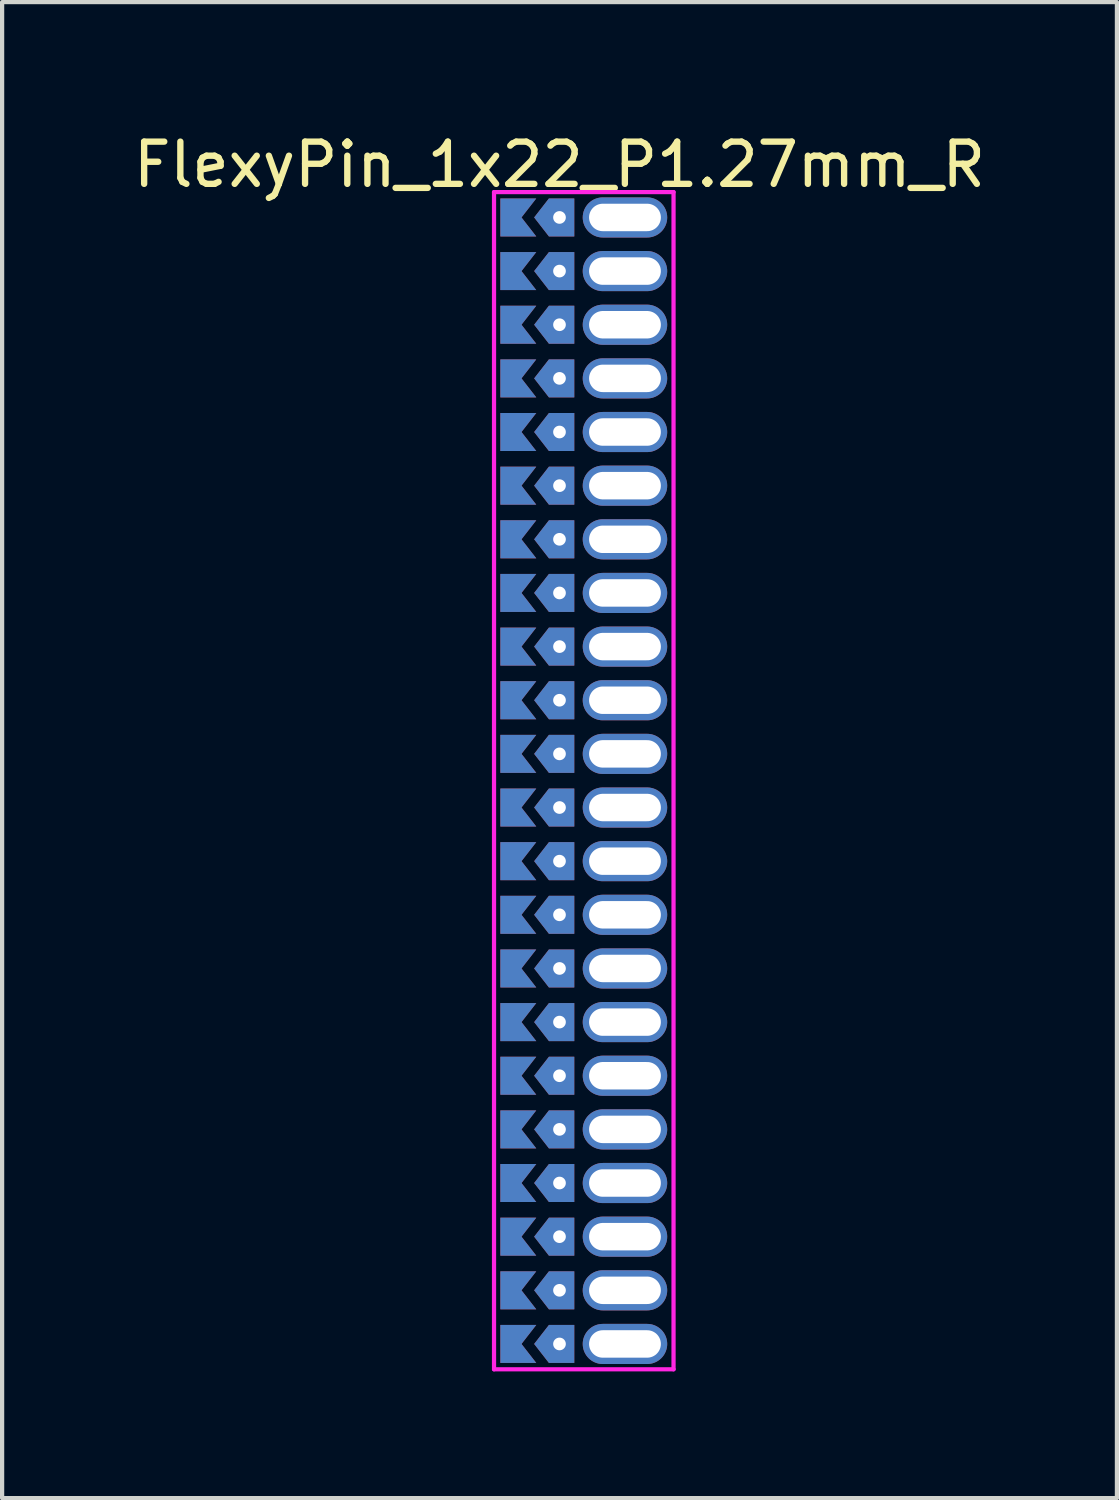
<source format=kicad_pcb>
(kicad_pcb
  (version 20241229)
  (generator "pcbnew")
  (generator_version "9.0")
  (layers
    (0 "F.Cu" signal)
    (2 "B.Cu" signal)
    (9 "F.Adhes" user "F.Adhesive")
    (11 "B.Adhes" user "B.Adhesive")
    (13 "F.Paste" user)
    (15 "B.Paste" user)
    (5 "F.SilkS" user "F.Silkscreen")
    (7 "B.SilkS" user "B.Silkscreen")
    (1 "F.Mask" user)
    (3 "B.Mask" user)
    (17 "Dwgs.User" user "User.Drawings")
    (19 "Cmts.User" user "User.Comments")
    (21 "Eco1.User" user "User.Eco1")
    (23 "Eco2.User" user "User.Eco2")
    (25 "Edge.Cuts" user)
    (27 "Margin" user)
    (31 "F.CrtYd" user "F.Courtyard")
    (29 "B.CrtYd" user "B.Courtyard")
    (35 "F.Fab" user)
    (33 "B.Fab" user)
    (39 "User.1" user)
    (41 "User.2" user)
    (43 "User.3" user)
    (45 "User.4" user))
  (footprint "FlexyPin_1x22_P1.27mm_R"
    (layer "F.Cu")
    (at 10.196 2.098)
    (property "Reference" "FlexyPin_1x22_P1.27mm_R" (at 0 -1.25 0) (layer "F.SilkS") (effects (font (size 1 1) (thickness 0.15))))
    (attr through_hole)
    (fp_line (start -1.55 -0.6) (end 2.7 -0.6) (stroke (width 0.1) (type solid)) (layer "F.CrtYd"))
    (fp_line (start -1.55 27.27) (end -1.55 -0.6) (stroke (width 0.1) (type solid)) (layer "F.CrtYd"))
    (fp_line (start 2.7 -0.6) (end 2.7 27.27) (stroke (width 0.1) (type solid)) (layer "F.CrtYd"))
    (fp_line (start 2.7 27.27) (end -1.55 27.27) (stroke (width 0.1) (type solid)) (layer "F.CrtYd"))
    (pad "" thru_hole custom (at 0 0) (size 0.3 0.3) (drill 0.6) (layers "*.Cu" "*.Mask") (options (anchor rect)) (primitives (gr_poly (pts (xy 0.35 0.45) (xy 0.35 -0.45) (xy -0.25 -0.45) (xy -0.6 0) (xy -0.25 0.45)) (width 0) (fill yes))))
    (pad "" thru_hole custom (at 0 1.27) (size 0.3 0.3) (drill 0.6) (layers "*.Cu" "*.Mask") (options (anchor rect)) (primitives (gr_poly (pts (xy 0.35 0.45) (xy 0.35 -0.45) (xy -0.25 -0.45) (xy -0.6 0) (xy -0.25 0.45)) (width 0) (fill yes))))
    (pad "" thru_hole custom (at 0 2.54) (size 0.3 0.3) (drill 0.6) (layers "*.Cu" "*.Mask") (options (anchor rect)) (primitives (gr_poly (pts (xy 0.35 0.45) (xy 0.35 -0.45) (xy -0.25 -0.45) (xy -0.6 0) (xy -0.25 0.45)) (width 0) (fill yes))))
    (pad "" thru_hole custom (at 0 3.81) (size 0.3 0.3) (drill 0.6) (layers "*.Cu" "*.Mask") (options (anchor rect)) (primitives (gr_poly (pts (xy 0.35 0.45) (xy 0.35 -0.45) (xy -0.25 -0.45) (xy -0.6 0) (xy -0.25 0.45)) (width 0) (fill yes))))
    (pad "" thru_hole custom (at 0 5.08) (size 0.3 0.3) (drill 0.6) (layers "*.Cu" "*.Mask") (options (anchor rect)) (primitives (gr_poly (pts (xy 0.35 0.45) (xy 0.35 -0.45) (xy -0.25 -0.45) (xy -0.6 0) (xy -0.25 0.45)) (width 0) (fill yes))))
    (pad "" thru_hole custom (at 0 6.35) (size 0.3 0.3) (drill 0.6) (layers "*.Cu" "*.Mask") (options (anchor rect)) (primitives (gr_poly (pts (xy 0.35 0.45) (xy 0.35 -0.45) (xy -0.25 -0.45) (xy -0.6 0) (xy -0.25 0.45)) (width 0) (fill yes))))
    (pad "" thru_hole custom (at 0 7.62) (size 0.3 0.3) (drill 0.6) (layers "*.Cu" "*.Mask") (options (anchor rect)) (primitives (gr_poly (pts (xy 0.35 0.45) (xy 0.35 -0.45) (xy -0.25 -0.45) (xy -0.6 0) (xy -0.25 0.45)) (width 0) (fill yes))))
    (pad "" thru_hole custom (at 0 8.89) (size 0.3 0.3) (drill 0.6) (layers "*.Cu" "*.Mask") (options (anchor rect)) (primitives (gr_poly (pts (xy 0.35 0.45) (xy 0.35 -0.45) (xy -0.25 -0.45) (xy -0.6 0) (xy -0.25 0.45)) (width 0) (fill yes))))
    (pad "" thru_hole custom (at 0 10.16) (size 0.3 0.3) (drill 0.6) (layers "*.Cu" "*.Mask") (options (anchor rect)) (primitives (gr_poly (pts (xy 0.35 0.45) (xy 0.35 -0.45) (xy -0.25 -0.45) (xy -0.6 0) (xy -0.25 0.45)) (width 0) (fill yes))))
    (pad "" thru_hole custom (at 0 11.43) (size 0.3 0.3) (drill 0.6) (layers "*.Cu" "*.Mask") (options (anchor rect)) (primitives (gr_poly (pts (xy 0.35 0.45) (xy 0.35 -0.45) (xy -0.25 -0.45) (xy -0.6 0) (xy -0.25 0.45)) (width 0) (fill yes))))
    (pad "" thru_hole custom (at 0 12.7) (size 0.3 0.3) (drill 0.6) (layers "*.Cu" "*.Mask") (options (anchor rect)) (primitives (gr_poly (pts (xy 0.35 0.45) (xy 0.35 -0.45) (xy -0.25 -0.45) (xy -0.6 0) (xy -0.25 0.45)) (width 0) (fill yes))))
    (pad "" thru_hole custom (at 0 13.97) (size 0.3 0.3) (drill 0.6) (layers "*.Cu" "*.Mask") (options (anchor rect)) (primitives (gr_poly (pts (xy 0.35 0.45) (xy 0.35 -0.45) (xy -0.25 -0.45) (xy -0.6 0) (xy -0.25 0.45)) (width 0) (fill yes))))
    (pad "" thru_hole custom (at 0 15.24) (size 0.3 0.3) (drill 0.6) (layers "*.Cu" "*.Mask") (options (anchor rect)) (primitives (gr_poly (pts (xy 0.35 0.45) (xy 0.35 -0.45) (xy -0.25 -0.45) (xy -0.6 0) (xy -0.25 0.45)) (width 0) (fill yes))))
    (pad "" thru_hole custom (at 0 16.51) (size 0.3 0.3) (drill 0.6) (layers "*.Cu" "*.Mask") (options (anchor rect)) (primitives (gr_poly (pts (xy 0.35 0.45) (xy 0.35 -0.45) (xy -0.25 -0.45) (xy -0.6 0) (xy -0.25 0.45)) (width 0) (fill yes))))
    (pad "" thru_hole custom (at 0 17.78) (size 0.3 0.3) (drill 0.6) (layers "*.Cu" "*.Mask") (options (anchor rect)) (primitives (gr_poly (pts (xy 0.35 0.45) (xy 0.35 -0.45) (xy -0.25 -0.45) (xy -0.6 0) (xy -0.25 0.45)) (width 0) (fill yes))))
    (pad "" thru_hole custom (at 0 19.05) (size 0.3 0.3) (drill 0.6) (layers "*.Cu" "*.Mask") (options (anchor rect)) (primitives (gr_poly (pts (xy 0.35 0.45) (xy 0.35 -0.45) (xy -0.25 -0.45) (xy -0.6 0) (xy -0.25 0.45)) (width 0) (fill yes))))
    (pad "" thru_hole custom (at 0 20.32) (size 0.3 0.3) (drill 0.6) (layers "*.Cu" "*.Mask") (options (anchor rect)) (primitives (gr_poly (pts (xy 0.35 0.45) (xy 0.35 -0.45) (xy -0.25 -0.45) (xy -0.6 0) (xy -0.25 0.45)) (width 0) (fill yes))))
    (pad "" thru_hole custom (at 0 21.59) (size 0.3 0.3) (drill 0.6) (layers "*.Cu" "*.Mask") (options (anchor rect)) (primitives (gr_poly (pts (xy 0.35 0.45) (xy 0.35 -0.45) (xy -0.25 -0.45) (xy -0.6 0) (xy -0.25 0.45)) (width 0) (fill yes))))
    (pad "" thru_hole custom (at 0 22.86) (size 0.3 0.3) (drill 0.6) (layers "*.Cu" "*.Mask") (options (anchor rect)) (primitives (gr_poly (pts (xy 0.35 0.45) (xy 0.35 -0.45) (xy -0.25 -0.45) (xy -0.6 0) (xy -0.25 0.45)) (width 0) (fill yes))))
    (pad "" thru_hole custom (at 0 24.13) (size 0.3 0.3) (drill 0.6) (layers "*.Cu" "*.Mask") (options (anchor rect)) (primitives (gr_poly (pts (xy 0.35 0.45) (xy 0.35 -0.45) (xy -0.25 -0.45) (xy -0.6 0) (xy -0.25 0.45)) (width 0) (fill yes))))
    (pad "" thru_hole custom (at 0 25.4) (size 0.3 0.3) (drill 0.6) (layers "*.Cu" "*.Mask") (options (anchor rect)) (primitives (gr_poly (pts (xy 0.35 0.45) (xy 0.35 -0.45) (xy -0.25 -0.45) (xy -0.6 0) (xy -0.25 0.45)) (width 0) (fill yes))))
    (pad "" thru_hole custom (at 0 26.67) (size 0.3 0.3) (drill 0.6) (layers "*.Cu" "*.Mask") (options (anchor rect)) (primitives (gr_poly (pts (xy 0.35 0.45) (xy 0.35 -0.45) (xy -0.25 -0.45) (xy -0.6 0) (xy -0.25 0.45)) (width 0) (fill yes))))
    (pad "" thru_hole oval (at 1.55 0) (size 2 0.95) (drill oval 1.7 0.65) (layers "*.Cu" "*.Mask"))
    (pad "" thru_hole oval (at 1.55 1.27) (size 2 0.95) (drill oval 1.7 0.65) (layers "*.Cu" "*.Mask"))
    (pad "" thru_hole oval (at 1.55 2.54) (size 2 0.95) (drill oval 1.7 0.65) (layers "*.Cu" "*.Mask"))
    (pad "" thru_hole oval (at 1.55 3.81) (size 2 0.95) (drill oval 1.7 0.65) (layers "*.Cu" "*.Mask"))
    (pad "" thru_hole oval (at 1.55 5.08) (size 2 0.95) (drill oval 1.7 0.65) (layers "*.Cu" "*.Mask"))
    (pad "" thru_hole oval (at 1.55 6.35) (size 2 0.95) (drill oval 1.7 0.65) (layers "*.Cu" "*.Mask"))
    (pad "" thru_hole oval (at 1.55 7.62) (size 2 0.95) (drill oval 1.7 0.65) (layers "*.Cu" "*.Mask"))
    (pad "" thru_hole oval (at 1.55 8.89) (size 2 0.95) (drill oval 1.7 0.65) (layers "*.Cu" "*.Mask"))
    (pad "" thru_hole oval (at 1.55 10.16) (size 2 0.95) (drill oval 1.7 0.65) (layers "*.Cu" "*.Mask"))
    (pad "" thru_hole oval (at 1.55 11.43) (size 2 0.95) (drill oval 1.7 0.65) (layers "*.Cu" "*.Mask"))
    (pad "" thru_hole oval (at 1.55 12.7) (size 2 0.95) (drill oval 1.7 0.65) (layers "*.Cu" "*.Mask"))
    (pad "" thru_hole oval (at 1.55 13.97) (size 2 0.95) (drill oval 1.7 0.65) (layers "*.Cu" "*.Mask"))
    (pad "" thru_hole oval (at 1.55 15.24) (size 2 0.95) (drill oval 1.7 0.65) (layers "*.Cu" "*.Mask"))
    (pad "" thru_hole oval (at 1.55 16.51) (size 2 0.95) (drill oval 1.7 0.65) (layers "*.Cu" "*.Mask"))
    (pad "" thru_hole oval (at 1.55 17.78) (size 2 0.95) (drill oval 1.7 0.65) (layers "*.Cu" "*.Mask"))
    (pad "" thru_hole oval (at 1.55 19.05) (size 2 0.95) (drill oval 1.7 0.65) (layers "*.Cu" "*.Mask"))
    (pad "" thru_hole oval (at 1.55 20.32) (size 2 0.95) (drill oval 1.7 0.65) (layers "*.Cu" "*.Mask"))
    (pad "" thru_hole oval (at 1.55 21.59) (size 2 0.95) (drill oval 1.7 0.65) (layers "*.Cu" "*.Mask"))
    (pad "" thru_hole oval (at 1.55 22.86) (size 2 0.95) (drill oval 1.7 0.65) (layers "*.Cu" "*.Mask"))
    (pad "" thru_hole oval (at 1.55 24.13) (size 2 0.95) (drill oval 1.7 0.65) (layers "*.Cu" "*.Mask"))
    (pad "" thru_hole oval (at 1.55 25.4) (size 2 0.95) (drill oval 1.7 0.65) (layers "*.Cu" "*.Mask"))
    (pad "" thru_hole oval (at 1.55 26.67) (size 2 0.95) (drill oval 1.7 0.65) (layers "*.Cu" "*.Mask"))
    (pad "1" smd custom (at -0.9 0) (size 0.01 0.01) (layers "F.Cu" "F.Mask") (options (anchor rect)) (primitives (gr_poly (pts (xy 0 0) (xy 0.35 0.45) (xy -0.5 0.45) (xy -0.5 -0.45) (xy 0.35 -0.45)) (width 0) (fill yes))))
    (pad "2" smd custom (at -0.9 1.27) (size 0.01 0.01) (layers "F.Cu" "F.Mask") (options (anchor rect)) (primitives (gr_poly (pts (xy 0 0) (xy 0.35 0.45) (xy -0.5 0.45) (xy -0.5 -0.45) (xy 0.35 -0.45)) (width 0) (fill yes))))
    (pad "3" smd custom (at -0.9 2.54) (size 0.01 0.01) (layers "F.Cu" "F.Mask") (options (anchor rect)) (primitives (gr_poly (pts (xy 0 0) (xy 0.35 0.45) (xy -0.5 0.45) (xy -0.5 -0.45) (xy 0.35 -0.45)) (width 0) (fill yes))))
    (pad "4" smd custom (at -0.9 3.81) (size 0.01 0.01) (layers "F.Cu" "F.Mask") (options (anchor rect)) (primitives (gr_poly (pts (xy 0 0) (xy 0.35 0.45) (xy -0.5 0.45) (xy -0.5 -0.45) (xy 0.35 -0.45)) (width 0) (fill yes))))
    (pad "5" smd custom (at -0.9 5.08) (size 0.01 0.01) (layers "F.Cu" "F.Mask") (options (anchor rect)) (primitives (gr_poly (pts (xy 0 0) (xy 0.35 0.45) (xy -0.5 0.45) (xy -0.5 -0.45) (xy 0.35 -0.45)) (width 0) (fill yes))))
    (pad "6" smd custom (at -0.9 6.35) (size 0.01 0.01) (layers "F.Cu" "F.Mask") (options (anchor rect)) (primitives (gr_poly (pts (xy 0 0) (xy 0.35 0.45) (xy -0.5 0.45) (xy -0.5 -0.45) (xy 0.35 -0.45)) (width 0) (fill yes))))
    (pad "7" smd custom (at -0.9 7.62) (size 0.01 0.01) (layers "F.Cu" "F.Mask") (options (anchor rect)) (primitives (gr_poly (pts (xy 0 0) (xy 0.35 0.45) (xy -0.5 0.45) (xy -0.5 -0.45) (xy 0.35 -0.45)) (width 0) (fill yes))))
    (pad "8" smd custom (at -0.9 8.89) (size 0.01 0.01) (layers "F.Cu" "F.Mask") (options (anchor rect)) (primitives (gr_poly (pts (xy 0 0) (xy 0.35 0.45) (xy -0.5 0.45) (xy -0.5 -0.45) (xy 0.35 -0.45)) (width 0) (fill yes))))
    (pad "9" smd custom (at -0.9 10.16) (size 0.01 0.01) (layers "F.Cu" "F.Mask") (options (anchor rect)) (primitives (gr_poly (pts (xy 0 0) (xy 0.35 0.45) (xy -0.5 0.45) (xy -0.5 -0.45) (xy 0.35 -0.45)) (width 0) (fill yes))))
    (pad "10" smd custom (at -0.9 11.43) (size 0.01 0.01) (layers "F.Cu" "F.Mask") (options (anchor rect)) (primitives (gr_poly (pts (xy 0 0) (xy 0.35 0.45) (xy -0.5 0.45) (xy -0.5 -0.45) (xy 0.35 -0.45)) (width 0) (fill yes))))
    (pad "11" smd custom (at -0.9 12.7) (size 0.01 0.01) (layers "F.Cu" "F.Mask") (options (anchor rect)) (primitives (gr_poly (pts (xy 0 0) (xy 0.35 0.45) (xy -0.5 0.45) (xy -0.5 -0.45) (xy 0.35 -0.45)) (width 0) (fill yes))))
    (pad "12" smd custom (at -0.9 13.97) (size 0.01 0.01) (layers "F.Cu" "F.Mask") (options (anchor rect)) (primitives (gr_poly (pts (xy 0 0) (xy 0.35 0.45) (xy -0.5 0.45) (xy -0.5 -0.45) (xy 0.35 -0.45)) (width 0) (fill yes))))
    (pad "13" smd custom (at -0.9 15.24) (size 0.01 0.01) (layers "F.Cu" "F.Mask") (options (anchor rect)) (primitives (gr_poly (pts (xy 0 0) (xy 0.35 0.45) (xy -0.5 0.45) (xy -0.5 -0.45) (xy 0.35 -0.45)) (width 0) (fill yes))))
    (pad "14" smd custom (at -0.9 16.51) (size 0.01 0.01) (layers "F.Cu" "F.Mask") (options (anchor rect)) (primitives (gr_poly (pts (xy 0 0) (xy 0.35 0.45) (xy -0.5 0.45) (xy -0.5 -0.45) (xy 0.35 -0.45)) (width 0) (fill yes))))
    (pad "15" smd custom (at -0.9 17.78) (size 0.01 0.01) (layers "F.Cu" "F.Mask") (options (anchor rect)) (primitives (gr_poly (pts (xy 0 0) (xy 0.35 0.45) (xy -0.5 0.45) (xy -0.5 -0.45) (xy 0.35 -0.45)) (width 0) (fill yes))))
    (pad "16" smd custom (at -0.9 19.05) (size 0.01 0.01) (layers "F.Cu" "F.Mask") (options (anchor rect)) (primitives (gr_poly (pts (xy 0 0) (xy 0.35 0.45) (xy -0.5 0.45) (xy -0.5 -0.45) (xy 0.35 -0.45)) (width 0) (fill yes))))
    (pad "17" smd custom (at -0.9 20.32) (size 0.01 0.01) (layers "F.Cu" "F.Mask") (options (anchor rect)) (primitives (gr_poly (pts (xy 0 0) (xy 0.35 0.45) (xy -0.5 0.45) (xy -0.5 -0.45) (xy 0.35 -0.45)) (width 0) (fill yes))))
    (pad "18" smd custom (at -0.9 21.59) (size 0.01 0.01) (layers "F.Cu" "F.Mask") (options (anchor rect)) (primitives (gr_poly (pts (xy 0 0) (xy 0.35 0.45) (xy -0.5 0.45) (xy -0.5 -0.45) (xy 0.35 -0.45)) (width 0) (fill yes))))
    (pad "19" smd custom (at -0.9 22.86) (size 0.01 0.01) (layers "F.Cu" "F.Mask") (options (anchor rect)) (primitives (gr_poly (pts (xy 0 0) (xy 0.35 0.45) (xy -0.5 0.45) (xy -0.5 -0.45) (xy 0.35 -0.45)) (width 0) (fill yes))))
    (pad "20" smd custom (at -0.9 24.13) (size 0.01 0.01) (layers "F.Cu" "F.Mask") (options (anchor rect)) (primitives (gr_poly (pts (xy 0 0) (xy 0.35 0.45) (xy -0.5 0.45) (xy -0.5 -0.45) (xy 0.35 -0.45)) (width 0) (fill yes))))
    (pad "21" smd custom (at -0.9 25.4) (size 0.01 0.01) (layers "F.Cu" "F.Mask") (options (anchor rect)) (primitives (gr_poly (pts (xy 0 0) (xy 0.35 0.45) (xy -0.5 0.45) (xy -0.5 -0.45) (xy 0.35 -0.45)) (width 0) (fill yes))))
    (pad "22" smd custom (at -0.9 26.67) (size 0.01 0.01) (layers "F.Cu" "F.Mask") (options (anchor rect)) (primitives (gr_poly (pts (xy 0 0) (xy 0.35 0.45) (xy -0.5 0.45) (xy -0.5 -0.45) (xy 0.35 -0.45)) (width 0) (fill yes))))
    (pad "23" smd custom (at -0.9 0) (size 0.01 0.01) (layers "B.Cu" "B.Mask") (options (anchor rect)) (primitives (gr_poly (pts (xy 0 0) (xy 0.35 0.45) (xy -0.5 0.45) (xy -0.5 -0.45) (xy 0.35 -0.45)) (width 0) (fill yes))))
    (pad "24" smd custom (at -0.9 1.27) (size 0.01 0.01) (layers "B.Cu" "B.Mask") (options (anchor rect)) (primitives (gr_poly (pts (xy 0 0) (xy 0.35 0.45) (xy -0.5 0.45) (xy -0.5 -0.45) (xy 0.35 -0.45)) (width 0) (fill yes))))
    (pad "25" smd custom (at -0.9 2.54) (size 0.01 0.01) (layers "B.Cu" "B.Mask") (options (anchor rect)) (primitives (gr_poly (pts (xy 0 0) (xy 0.35 0.45) (xy -0.5 0.45) (xy -0.5 -0.45) (xy 0.35 -0.45)) (width 0) (fill yes))))
    (pad "26" smd custom (at -0.9 3.81) (size 0.01 0.01) (layers "B.Cu" "B.Mask") (options (anchor rect)) (primitives (gr_poly (pts (xy 0 0) (xy 0.35 0.45) (xy -0.5 0.45) (xy -0.5 -0.45) (xy 0.35 -0.45)) (width 0) (fill yes))))
    (pad "27" smd custom (at -0.9 5.08) (size 0.01 0.01) (layers "B.Cu" "B.Mask") (options (anchor rect)) (primitives (gr_poly (pts (xy 0 0) (xy 0.35 0.45) (xy -0.5 0.45) (xy -0.5 -0.45) (xy 0.35 -0.45)) (width 0) (fill yes))))
    (pad "28" smd custom (at -0.9 6.35) (size 0.01 0.01) (layers "B.Cu" "B.Mask") (options (anchor rect)) (primitives (gr_poly (pts (xy 0 0) (xy 0.35 0.45) (xy -0.5 0.45) (xy -0.5 -0.45) (xy 0.35 -0.45)) (width 0) (fill yes))))
    (pad "29" smd custom (at -0.9 7.62) (size 0.01 0.01) (layers "B.Cu" "B.Mask") (options (anchor rect)) (primitives (gr_poly (pts (xy 0 0) (xy 0.35 0.45) (xy -0.5 0.45) (xy -0.5 -0.45) (xy 0.35 -0.45)) (width 0) (fill yes))))
    (pad "30" smd custom (at -0.9 8.89) (size 0.01 0.01) (layers "B.Cu" "B.Mask") (options (anchor rect)) (primitives (gr_poly (pts (xy 0 0) (xy 0.35 0.45) (xy -0.5 0.45) (xy -0.5 -0.45) (xy 0.35 -0.45)) (width 0) (fill yes))))
    (pad "31" smd custom (at -0.9 10.16) (size 0.01 0.01) (layers "B.Cu" "B.Mask") (options (anchor rect)) (primitives (gr_poly (pts (xy 0 0) (xy 0.35 0.45) (xy -0.5 0.45) (xy -0.5 -0.45) (xy 0.35 -0.45)) (width 0) (fill yes))))
    (pad "32" smd custom (at -0.9 11.43) (size 0.01 0.01) (layers "B.Cu" "B.Mask") (options (anchor rect)) (primitives (gr_poly (pts (xy 0 0) (xy 0.35 0.45) (xy -0.5 0.45) (xy -0.5 -0.45) (xy 0.35 -0.45)) (width 0) (fill yes))))
    (pad "33" smd custom (at -0.9 12.7) (size 0.01 0.01) (layers "B.Cu" "B.Mask") (options (anchor rect)) (primitives (gr_poly (pts (xy 0 0) (xy 0.35 0.45) (xy -0.5 0.45) (xy -0.5 -0.45) (xy 0.35 -0.45)) (width 0) (fill yes))))
    (pad "34" smd custom (at -0.9 13.97) (size 0.01 0.01) (layers "B.Cu" "B.Mask") (options (anchor rect)) (primitives (gr_poly (pts (xy 0 0) (xy 0.35 0.45) (xy -0.5 0.45) (xy -0.5 -0.45) (xy 0.35 -0.45)) (width 0) (fill yes))))
    (pad "35" smd custom (at -0.9 15.24) (size 0.01 0.01) (layers "B.Cu" "B.Mask") (options (anchor rect)) (primitives (gr_poly (pts (xy 0 0) (xy 0.35 0.45) (xy -0.5 0.45) (xy -0.5 -0.45) (xy 0.35 -0.45)) (width 0) (fill yes))))
    (pad "36" smd custom (at -0.9 16.51) (size 0.01 0.01) (layers "B.Cu" "B.Mask") (options (anchor rect)) (primitives (gr_poly (pts (xy 0 0) (xy 0.35 0.45) (xy -0.5 0.45) (xy -0.5 -0.45) (xy 0.35 -0.45)) (width 0) (fill yes))))
    (pad "37" smd custom (at -0.9 17.78) (size 0.01 0.01) (layers "B.Cu" "B.Mask") (options (anchor rect)) (primitives (gr_poly (pts (xy 0 0) (xy 0.35 0.45) (xy -0.5 0.45) (xy -0.5 -0.45) (xy 0.35 -0.45)) (width 0) (fill yes))))
    (pad "38" smd custom (at -0.9 19.05) (size 0.01 0.01) (layers "B.Cu" "B.Mask") (options (anchor rect)) (primitives (gr_poly (pts (xy 0 0) (xy 0.35 0.45) (xy -0.5 0.45) (xy -0.5 -0.45) (xy 0.35 -0.45)) (width 0) (fill yes))))
    (pad "39" smd custom (at -0.9 20.32) (size 0.01 0.01) (layers "B.Cu" "B.Mask") (options (anchor rect)) (primitives (gr_poly (pts (xy 0 0) (xy 0.35 0.45) (xy -0.5 0.45) (xy -0.5 -0.45) (xy 0.35 -0.45)) (width 0) (fill yes))))
    (pad "40" smd custom (at -0.9 21.59) (size 0.01 0.01) (layers "B.Cu" "B.Mask") (options (anchor rect)) (primitives (gr_poly (pts (xy 0 0) (xy 0.35 0.45) (xy -0.5 0.45) (xy -0.5 -0.45) (xy 0.35 -0.45)) (width 0) (fill yes))))
    (pad "41" smd custom (at -0.9 22.86) (size 0.01 0.01) (layers "B.Cu" "B.Mask") (options (anchor rect)) (primitives (gr_poly (pts (xy 0 0) (xy 0.35 0.45) (xy -0.5 0.45) (xy -0.5 -0.45) (xy 0.35 -0.45)) (width 0) (fill yes))))
    (pad "42" smd custom (at -0.9 24.13) (size 0.01 0.01) (layers "B.Cu" "B.Mask") (options (anchor rect)) (primitives (gr_poly (pts (xy 0 0) (xy 0.35 0.45) (xy -0.5 0.45) (xy -0.5 -0.45) (xy 0.35 -0.45)) (width 0) (fill yes))))
    (pad "43" smd custom (at -0.9 25.4) (size 0.01 0.01) (layers "B.Cu" "B.Mask") (options (anchor rect)) (primitives (gr_poly (pts (xy 0 0) (xy 0.35 0.45) (xy -0.5 0.45) (xy -0.5 -0.45) (xy 0.35 -0.45)) (width 0) (fill yes))))
    (pad "44" smd custom (at -0.9 26.67) (size 0.01 0.01) (layers "B.Cu" "B.Mask") (options (anchor rect)) (primitives (gr_poly (pts (xy 0 0) (xy 0.35 0.45) (xy -0.5 0.45) (xy -0.5 -0.45) (xy 0.35 -0.45)) (width 0) (fill yes)))))
  (gr_rect
    (start -3 -3)
    (end 23.393 32.418)
    (stroke (width 0.1) (type default))
    (fill no)
    (layer "Edge.Cuts")))
</source>
